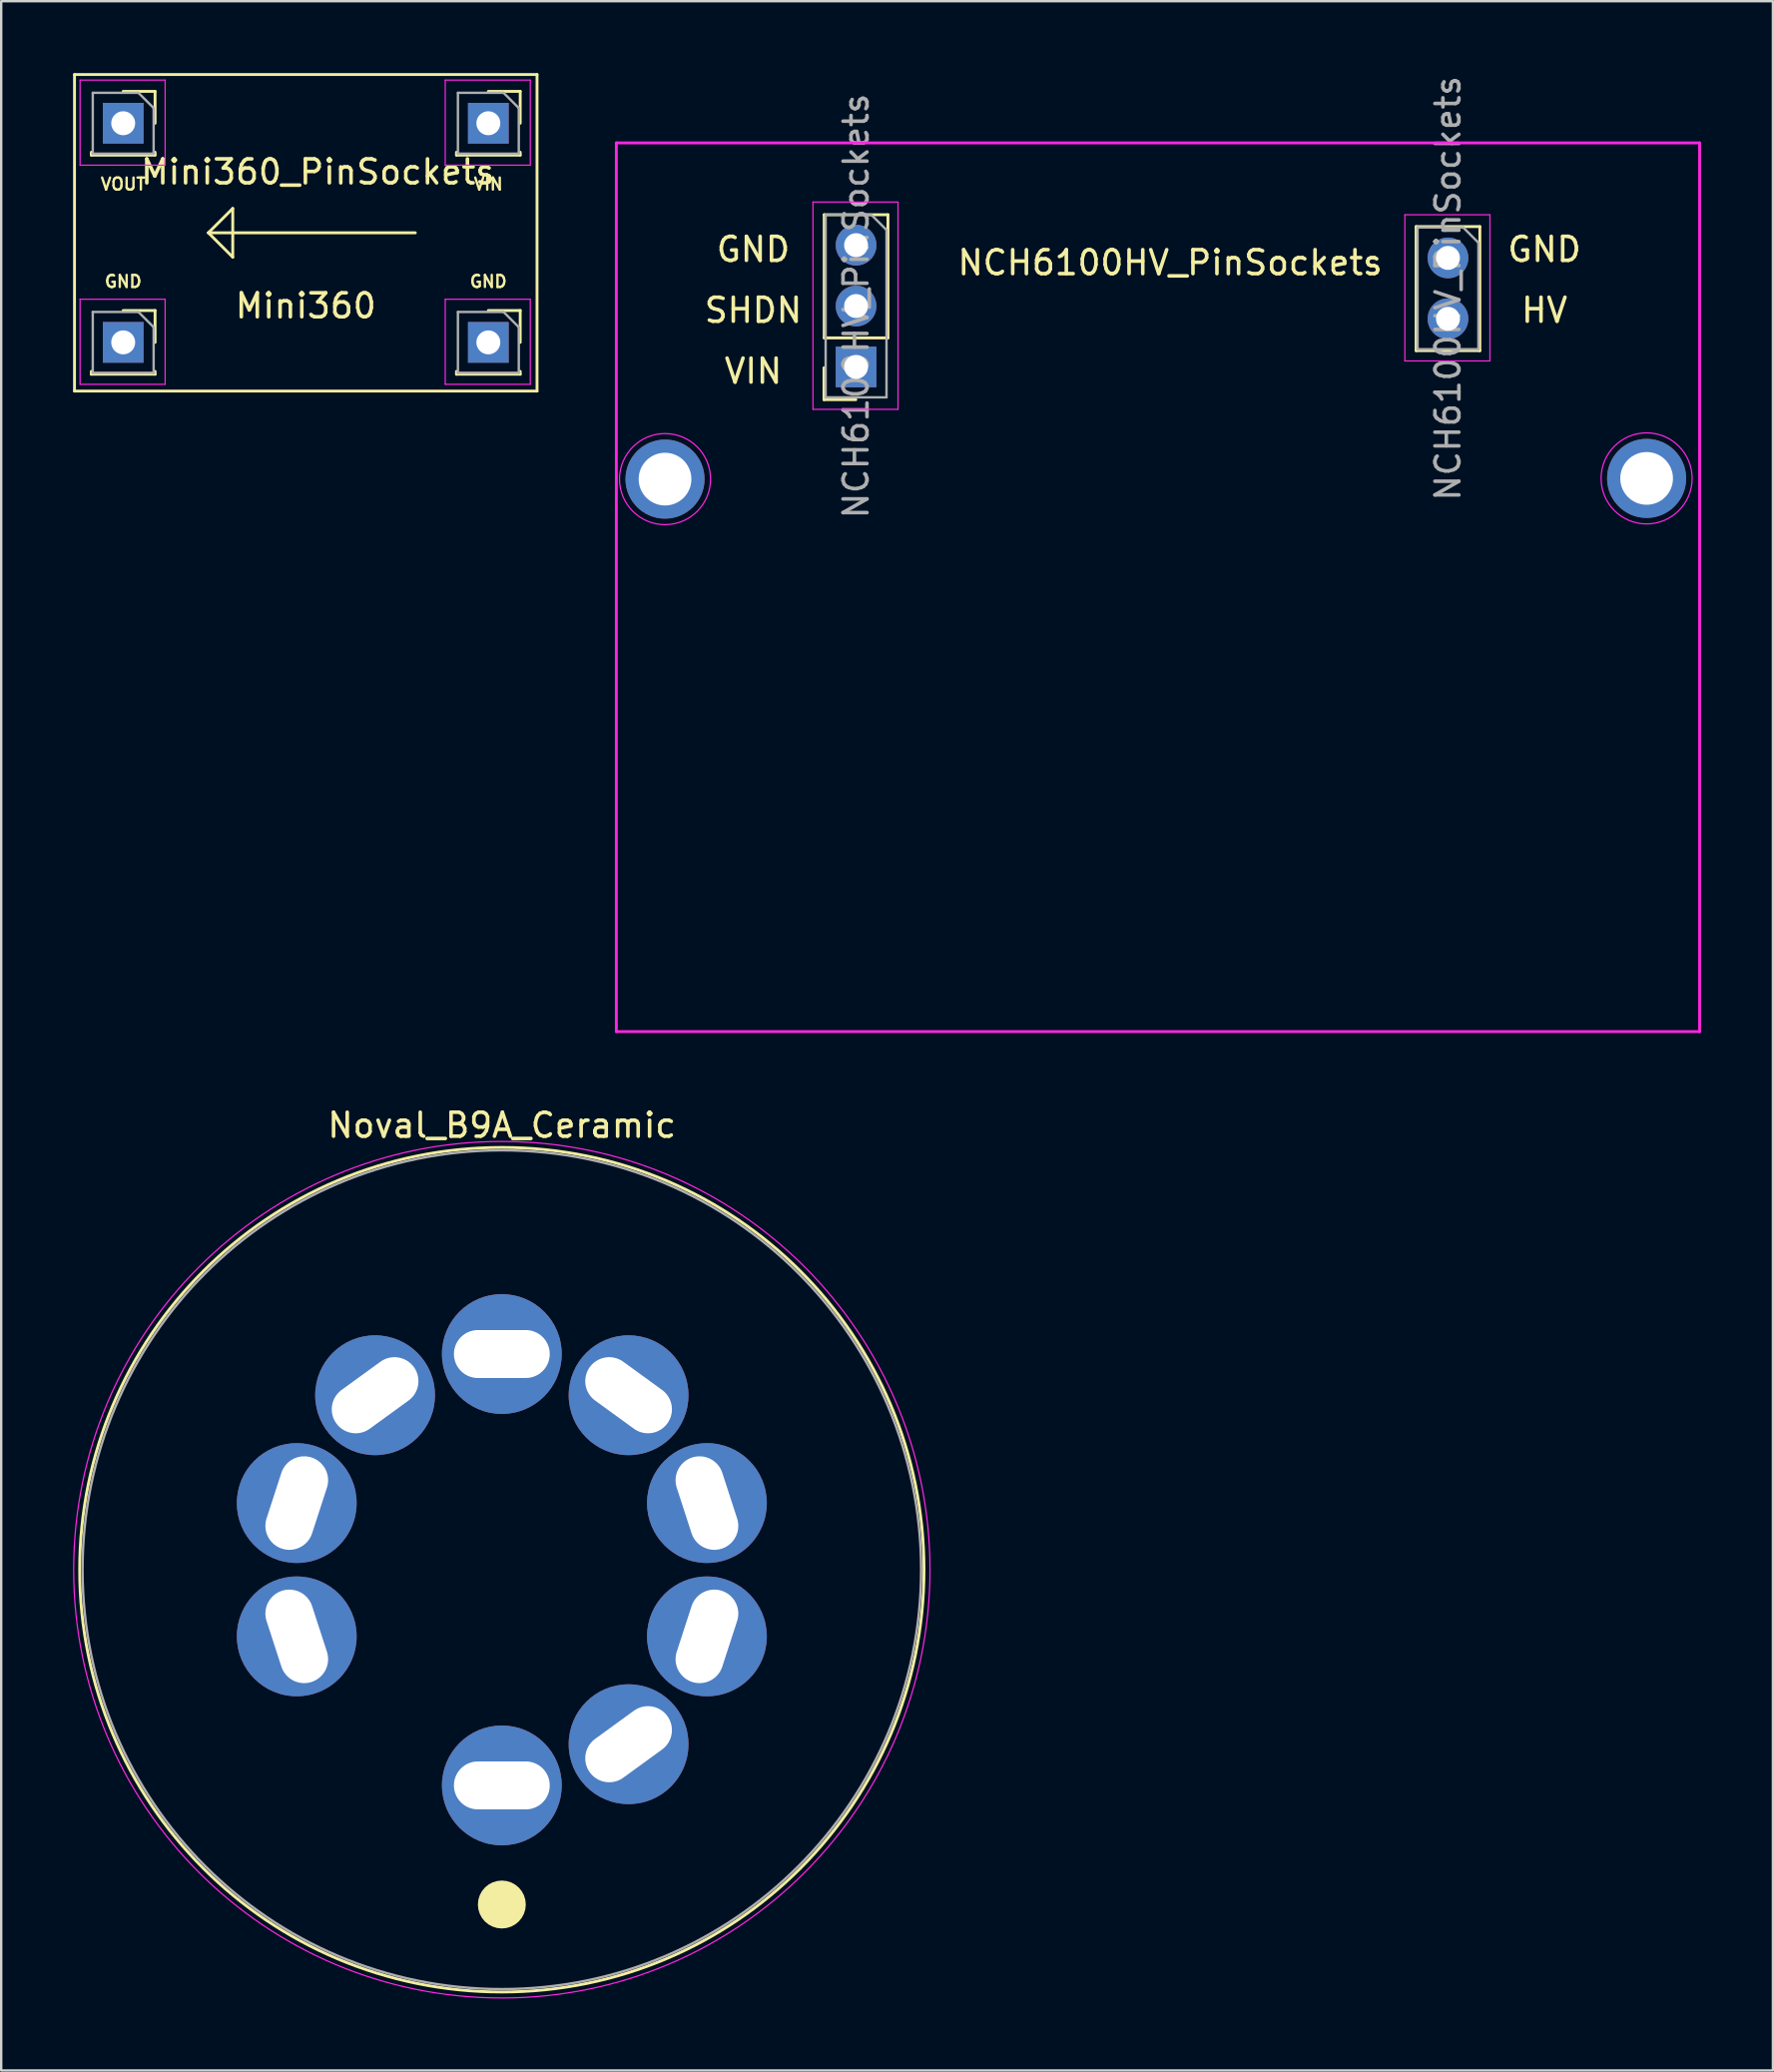
<source format=kicad_pcb>
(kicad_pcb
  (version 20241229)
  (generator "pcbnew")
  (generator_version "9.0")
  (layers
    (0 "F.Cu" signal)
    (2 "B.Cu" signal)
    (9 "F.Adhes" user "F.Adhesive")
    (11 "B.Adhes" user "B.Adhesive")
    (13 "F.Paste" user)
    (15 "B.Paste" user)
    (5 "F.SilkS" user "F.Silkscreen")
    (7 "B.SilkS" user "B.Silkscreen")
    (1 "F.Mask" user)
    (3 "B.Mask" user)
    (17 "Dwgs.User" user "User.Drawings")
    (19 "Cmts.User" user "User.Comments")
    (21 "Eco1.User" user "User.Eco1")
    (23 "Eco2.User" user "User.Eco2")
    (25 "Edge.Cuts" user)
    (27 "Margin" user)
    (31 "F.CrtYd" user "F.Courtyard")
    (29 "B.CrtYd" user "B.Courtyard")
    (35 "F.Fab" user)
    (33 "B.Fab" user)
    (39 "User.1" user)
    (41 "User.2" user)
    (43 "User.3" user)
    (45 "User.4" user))
  (footprint "NCH6100HV_PinSockets"
    (layer "F.Cu")
    (at 22.674 2.912)
    (property "Reference" "NCH6100HV_PinSockets" (at 23.114 5 0) (layer "F.SilkS") (effects (font (size 1 1) (thickness 0.15))))
    (attr through_hole)
    (fp_line (start 8.666 10.714) (end 8.666 9.384) (stroke (width 0.12) (type solid)) (layer "F.SilkS"))
    (fp_line (start 8.676 2.998) (end 8.676 8.138) (stroke (width 0.12) (type solid)) (layer "F.SilkS"))
    (fp_line (start 8.676 2.998) (end 11.336 2.998) (stroke (width 0.12) (type solid)) (layer "F.SilkS"))
    (fp_line (start 8.676 8.138) (end 11.336 8.138) (stroke (width 0.12) (type solid)) (layer "F.SilkS"))
    (fp_line (start 9.996 10.714) (end 8.666 10.714) (stroke (width 0.12) (type solid)) (layer "F.SilkS"))
    (fp_line (start 11.336 2.998) (end 11.336 8.138) (stroke (width 0.12) (type solid)) (layer "F.SilkS"))
    (fp_line (start 33.38 3.493) (end 33.38 8.67) (stroke (width 0.12) (type solid)) (layer "F.SilkS"))
    (fp_line (start 33.38 3.493) (end 36.04 3.493) (stroke (width 0.12) (type solid)) (layer "F.SilkS"))
    (fp_line (start 33.38 8.67) (end 36.04 8.67) (stroke (width 0.12) (type solid)) (layer "F.SilkS"))
    (fp_line (start 36.04 3.493) (end 36.04 8.67) (stroke (width 0.12) (type solid)) (layer "F.SilkS"))
    (fp_line (start 0 0) (end 0 37.084) (stroke (width 0.12) (type solid)) (layer "F.CrtYd"))
    (fp_line (start 0 0) (end 45.212 0) (stroke (width 0.12) (type solid)) (layer "F.CrtYd"))
    (fp_line (start 0 37.084) (end 45.212 37.084) (stroke (width 0.12) (type solid)) (layer "F.CrtYd"))
    (fp_line (start 8.206 2.468) (end 11.756 2.468) (stroke (width 0.05) (type solid)) (layer "F.CrtYd"))
    (fp_line (start 8.206 11.118) (end 8.206 2.468) (stroke (width 0.05) (type solid)) (layer "F.CrtYd"))
    (fp_line (start 11.756 2.468) (end 11.756 11.118) (stroke (width 0.05) (type solid)) (layer "F.CrtYd"))
    (fp_line (start 11.756 11.118) (end 8.206 11.118) (stroke (width 0.05) (type solid)) (layer "F.CrtYd"))
    (fp_line (start 32.91 3) (end 36.46 3) (stroke (width 0.05) (type solid)) (layer "F.CrtYd"))
    (fp_line (start 32.91 9.1) (end 32.91 3) (stroke (width 0.05) (type solid)) (layer "F.CrtYd"))
    (fp_line (start 36.46 3) (end 36.46 9.1) (stroke (width 0.05) (type solid)) (layer "F.CrtYd"))
    (fp_line (start 36.46 9.1) (end 32.91 9.1) (stroke (width 0.05) (type solid)) (layer "F.CrtYd"))
    (fp_line (start 45.212 0) (end 45.212 37.084) (stroke (width 0.12) (type solid)) (layer "F.CrtYd"))
    (fp_circle (center 2.032 14.03) (end 3.932 14.03) (stroke (width 0.05) (type solid)) (fill no) (layer "F.CrtYd"))
    (fp_circle (center 43 14) (end 44.9 14) (stroke (width 0.05) (type solid)) (fill no) (layer "F.CrtYd"))
    (fp_line (start 8.736 2.998) (end 10.641 2.998) (stroke (width 0.1) (type solid)) (layer "F.Fab"))
    (fp_line (start 8.736 10.618) (end 8.736 2.998) (stroke (width 0.1) (type solid)) (layer "F.Fab"))
    (fp_line (start 10.641 2.998) (end 11.276 3.633) (stroke (width 0.1) (type solid)) (layer "F.Fab"))
    (fp_line (start 11.276 3.633) (end 11.276 10.618) (stroke (width 0.1) (type solid)) (layer "F.Fab"))
    (fp_line (start 11.276 10.618) (end 8.736 10.618) (stroke (width 0.1) (type solid)) (layer "F.Fab"))
    (fp_line (start 33.44 3.53) (end 35.345 3.53) (stroke (width 0.1) (type solid)) (layer "F.Fab"))
    (fp_line (start 33.44 8.61) (end 33.44 3.53) (stroke (width 0.1) (type solid)) (layer "F.Fab"))
    (fp_line (start 35.345 3.53) (end 35.98 4.165) (stroke (width 0.1) (type solid)) (layer "F.Fab"))
    (fp_line (start 35.98 4.165) (end 35.98 8.61) (stroke (width 0.1) (type solid)) (layer "F.Fab"))
    (fp_line (start 35.98 8.61) (end 33.44 8.61) (stroke (width 0.1) (type solid)) (layer "F.Fab"))
    (fp_text user "SHDN" (at 5.715 6.985 0) (layer "F.SilkS") (effects (font (size 1 1) (thickness 0.15))))
    (fp_text user "VIN" (at 5.715 9.525 0) (layer "F.SilkS") (effects (font (size 1 1) (thickness 0.15))))
    (fp_text user "GND" (at 5.715 4.445 180) (layer "F.SilkS") (effects (font (size 1 1) (thickness 0.15))))
    (fp_text user "GND" (at 38.735 4.445 0) (layer "F.SilkS") (effects (font (size 1 1) (thickness 0.15))))
    (fp_text user "HV" (at 38.735 6.985 0) (layer "F.SilkS") (effects (font (size 1 1) (thickness 0.15))))
    (fp_text user "${REFERENCE}" (at 10.006 6.808 90) (layer "F.Fab") (effects (font (size 1 1) (thickness 0.15))))
    (fp_text user "${REFERENCE}" (at 34.71 6.07 90) (layer "F.Fab") (effects (font (size 1 1) (thickness 0.15))))
    (pad "0" thru_hole circle (at 2.032 14.03) (size 3.3 3.3) (drill 2.2) (layers "*.Cu" "*.Mask"))
    (pad "0" thru_hole circle (at 43 14) (size 3.3 3.3) (drill 2.2) (layers "*.Cu" "*.Mask"))
    (pad "1" thru_hole rect (at 10.006 9.348) (size 1.7 1.7) (drill 1) (layers "*.Cu" "*.Mask"))
    (pad "2" thru_hole oval (at 10.006 6.808) (size 1.7 1.7) (drill 1) (layers "*.Cu" "*.Mask"))
    (pad "3" thru_hole oval (at 10.006 4.268) (size 1.7 1.7) (drill 1) (layers "*.Cu" "*.Mask"))
    (pad "4" thru_hole oval (at 34.71 7.34) (size 1.7 1.7) (drill 1) (layers "*.Cu" "*.Mask"))
    (pad "5" thru_hole oval (at 34.71 4.8) (size 1.7 1.7) (drill 1) (layers "*.Cu" "*.Mask")))
  (footprint "Noval_B9A_Ceramic"
    (layer "F.Cu")
    (at 17.895 62.449)
    (property "Reference" "Noval_B9A_Ceramic" (at 0 -18.545 0) (layer "F.SilkS") (effects (font (size 1 1) (thickness 0.15))))
    (attr through_hole)
    (fp_circle (center 0 0) (end 0 17.62) (stroke (width 0.12) (type solid)) (fill no) (layer "F.SilkS"))
    (fp_circle (center 0 13.97) (end 0.5 13.97) (stroke (width 1) (type solid)) (fill no) (layer "F.SilkS"))
    (fp_circle (center 0 0) (end 0 17.87) (stroke (width 0.05) (type solid)) (fill no) (layer "F.CrtYd"))
    (fp_circle (center 0 0) (end 0 17.5) (stroke (width 0.1) (type solid)) (fill no) (layer "F.Fab"))
    (pad "1" thru_hole oval (at 0 9 90) (size 5 5) (drill oval 2 4) (layers "*.Cu" "*.Mask"))
    (pad "2" thru_hole oval (at 5.29 7.281 126) (size 5 5) (drill oval 2 4) (layers "*.Cu" "*.Mask"))
    (pad "3" thru_hole oval (at 8.56 2.781 162) (size 5 5) (drill oval 2 4) (layers "*.Cu" "*.Mask"))
    (pad "4" thru_hole oval (at 8.56 -2.781 198) (size 5 5) (drill oval 2 4) (layers "*.Cu" "*.Mask"))
    (pad "5" thru_hole oval (at 5.29 -7.281 234) (size 5 5) (drill oval 2 4) (layers "*.Cu" "*.Mask"))
    (pad "6" thru_hole oval (at 0 -9 270) (size 5 5) (drill oval 2 4) (layers "*.Cu" "*.Mask"))
    (pad "7" thru_hole oval (at -5.29 -7.281 306) (size 5 5) (drill oval 2 4) (layers "*.Cu" "*.Mask"))
    (pad "8" thru_hole oval (at -8.56 -2.781 342) (size 5 5) (drill oval 2 4) (layers "*.Cu" "*.Mask"))
    (pad "9" thru_hole oval (at -8.56 2.781 18) (size 5 5) (drill oval 2 4) (layers "*.Cu" "*.Mask")))
  (footprint "Mini360_PinSockets"
    (layer "F.Cu")
    (at 2.092 2.092)
    (property "Reference" "Mini360_PinSockets" (at 8.128 2.032 0) (layer "F.SilkS") (effects (font (size 1 1) (thickness 0.15))))
    (attr through_hole)
    (fp_line (start -2.032 -2.032) (end -2.032 11.176) (stroke (width 0.12) (type solid)) (layer "F.SilkS"))
    (fp_line (start -2.032 11.176) (end 17.272 11.176) (stroke (width 0.12) (type solid)) (layer "F.SilkS"))
    (fp_line (start -1.33 1.21) (end -1.33 1.33) (stroke (width 0.12) (type solid)) (layer "F.SilkS"))
    (fp_line (start -1.33 1.33) (end 1.33 1.33) (stroke (width 0.12) (type solid)) (layer "F.SilkS"))
    (fp_line (start -1.33 10.354) (end -1.33 10.474) (stroke (width 0.12) (type solid)) (layer "F.SilkS"))
    (fp_line (start -1.33 10.474) (end 1.33 10.474) (stroke (width 0.12) (type solid)) (layer "F.SilkS"))
    (fp_line (start 0 -1.33) (end 1.33 -1.33) (stroke (width 0.12) (type solid)) (layer "F.SilkS"))
    (fp_line (start 0 7.814) (end 1.33 7.814) (stroke (width 0.12) (type solid)) (layer "F.SilkS"))
    (fp_line (start 1.33 -1.33) (end 1.33 0) (stroke (width 0.12) (type solid)) (layer "F.SilkS"))
    (fp_line (start 1.33 1.21) (end 1.33 1.33) (stroke (width 0.12) (type solid)) (layer "F.SilkS"))
    (fp_line (start 1.33 7.814) (end 1.33 9.144) (stroke (width 0.12) (type solid)) (layer "F.SilkS"))
    (fp_line (start 1.33 10.354) (end 1.33 10.474) (stroke (width 0.12) (type solid)) (layer "F.SilkS"))
    (fp_line (start 3.556 4.572) (end 4.572 3.556) (stroke (width 0.12) (type solid)) (layer "F.SilkS"))
    (fp_line (start 4.572 3.556) (end 4.572 5.588) (stroke (width 0.12) (type solid)) (layer "F.SilkS"))
    (fp_line (start 4.572 5.588) (end 3.556 4.572) (stroke (width 0.12) (type solid)) (layer "F.SilkS"))
    (fp_line (start 12.192 4.572) (end 3.556 4.572) (stroke (width 0.12) (type solid)) (layer "F.SilkS"))
    (fp_line (start 13.91 1.21) (end 13.91 1.33) (stroke (width 0.12) (type solid)) (layer "F.SilkS"))
    (fp_line (start 13.91 1.33) (end 16.57 1.33) (stroke (width 0.12) (type solid)) (layer "F.SilkS"))
    (fp_line (start 13.91 10.354) (end 13.91 10.474) (stroke (width 0.12) (type solid)) (layer "F.SilkS"))
    (fp_line (start 13.91 10.474) (end 16.57 10.474) (stroke (width 0.12) (type solid)) (layer "F.SilkS"))
    (fp_line (start 15.24 -1.33) (end 16.57 -1.33) (stroke (width 0.12) (type solid)) (layer "F.SilkS"))
    (fp_line (start 15.24 7.814) (end 16.57 7.814) (stroke (width 0.12) (type solid)) (layer "F.SilkS"))
    (fp_line (start 16.57 -1.33) (end 16.57 0) (stroke (width 0.12) (type solid)) (layer "F.SilkS"))
    (fp_line (start 16.57 1.21) (end 16.57 1.33) (stroke (width 0.12) (type solid)) (layer "F.SilkS"))
    (fp_line (start 16.57 7.814) (end 16.57 9.144) (stroke (width 0.12) (type solid)) (layer "F.SilkS"))
    (fp_line (start 16.57 10.354) (end 16.57 10.474) (stroke (width 0.12) (type solid)) (layer "F.SilkS"))
    (fp_line (start 17.272 -2.032) (end -2.032 -2.032) (stroke (width 0.12) (type solid)) (layer "F.SilkS"))
    (fp_line (start 17.272 11.176) (end 17.272 -2.032) (stroke (width 0.12) (type solid)) (layer "F.SilkS"))
    (fp_line (start -1.8 -1.8) (end 1.75 -1.8) (stroke (width 0.05) (type solid)) (layer "F.CrtYd"))
    (fp_line (start -1.8 1.75) (end -1.8 -1.8) (stroke (width 0.05) (type solid)) (layer "F.CrtYd"))
    (fp_line (start -1.8 7.344) (end 1.75 7.344) (stroke (width 0.05) (type solid)) (layer "F.CrtYd"))
    (fp_line (start -1.8 10.894) (end -1.8 7.344) (stroke (width 0.05) (type solid)) (layer "F.CrtYd"))
    (fp_line (start 1.75 -1.8) (end 1.75 1.75) (stroke (width 0.05) (type solid)) (layer "F.CrtYd"))
    (fp_line (start 1.75 1.75) (end -1.8 1.75) (stroke (width 0.05) (type solid)) (layer "F.CrtYd"))
    (fp_line (start 1.75 7.344) (end 1.75 10.894) (stroke (width 0.05) (type solid)) (layer "F.CrtYd"))
    (fp_line (start 1.75 10.894) (end -1.8 10.894) (stroke (width 0.05) (type solid)) (layer "F.CrtYd"))
    (fp_line (start 13.44 -1.8) (end 16.99 -1.8) (stroke (width 0.05) (type solid)) (layer "F.CrtYd"))
    (fp_line (start 13.44 1.75) (end 13.44 -1.8) (stroke (width 0.05) (type solid)) (layer "F.CrtYd"))
    (fp_line (start 13.44 7.344) (end 16.99 7.344) (stroke (width 0.05) (type solid)) (layer "F.CrtYd"))
    (fp_line (start 13.44 10.894) (end 13.44 7.344) (stroke (width 0.05) (type solid)) (layer "F.CrtYd"))
    (fp_line (start 16.99 -1.8) (end 16.99 1.75) (stroke (width 0.05) (type solid)) (layer "F.CrtYd"))
    (fp_line (start 16.99 1.75) (end 13.44 1.75) (stroke (width 0.05) (type solid)) (layer "F.CrtYd"))
    (fp_line (start 16.99 7.344) (end 16.99 10.894) (stroke (width 0.05) (type solid)) (layer "F.CrtYd"))
    (fp_line (start 16.99 10.894) (end 13.44 10.894) (stroke (width 0.05) (type solid)) (layer "F.CrtYd"))
    (fp_line (start -1.27 -1.27) (end 0.635 -1.27) (stroke (width 0.1) (type solid)) (layer "F.Fab"))
    (fp_line (start -1.27 1.27) (end -1.27 -1.27) (stroke (width 0.1) (type solid)) (layer "F.Fab"))
    (fp_line (start -1.27 7.874) (end 0.635 7.874) (stroke (width 0.1) (type solid)) (layer "F.Fab"))
    (fp_line (start -1.27 10.414) (end -1.27 7.874) (stroke (width 0.1) (type solid)) (layer "F.Fab"))
    (fp_line (start 0.635 -1.27) (end 1.27 -0.635) (stroke (width 0.1) (type solid)) (layer "F.Fab"))
    (fp_line (start 0.635 7.874) (end 1.27 8.509) (stroke (width 0.1) (type solid)) (layer "F.Fab"))
    (fp_line (start 1.27 -0.635) (end 1.27 1.27) (stroke (width 0.1) (type solid)) (layer "F.Fab"))
    (fp_line (start 1.27 1.27) (end -1.27 1.27) (stroke (width 0.1) (type solid)) (layer "F.Fab"))
    (fp_line (start 1.27 8.509) (end 1.27 10.414) (stroke (width 0.1) (type solid)) (layer "F.Fab"))
    (fp_line (start 1.27 10.414) (end -1.27 10.414) (stroke (width 0.1) (type solid)) (layer "F.Fab"))
    (fp_line (start 13.97 -1.27) (end 15.875 -1.27) (stroke (width 0.1) (type solid)) (layer "F.Fab"))
    (fp_line (start 13.97 1.27) (end 13.97 -1.27) (stroke (width 0.1) (type solid)) (layer "F.Fab"))
    (fp_line (start 13.97 7.874) (end 15.875 7.874) (stroke (width 0.1) (type solid)) (layer "F.Fab"))
    (fp_line (start 13.97 10.414) (end 13.97 7.874) (stroke (width 0.1) (type solid)) (layer "F.Fab"))
    (fp_line (start 15.875 -1.27) (end 16.51 -0.635) (stroke (width 0.1) (type solid)) (layer "F.Fab"))
    (fp_line (start 15.875 7.874) (end 16.51 8.509) (stroke (width 0.1) (type solid)) (layer "F.Fab"))
    (fp_line (start 16.51 -0.635) (end 16.51 1.27) (stroke (width 0.1) (type solid)) (layer "F.Fab"))
    (fp_line (start 16.51 1.27) (end 13.97 1.27) (stroke (width 0.1) (type solid)) (layer "F.Fab"))
    (fp_line (start 16.51 8.509) (end 16.51 10.414) (stroke (width 0.1) (type solid)) (layer "F.Fab"))
    (fp_line (start 16.51 10.414) (end 13.97 10.414) (stroke (width 0.1) (type solid)) (layer "F.Fab"))
    (fp_text user "GND" (at 15.24 6.604 0) (layer "F.SilkS") (effects (font (size 0.5 0.5) (thickness 0.1))))
    (fp_text user "Mini360" (at 7.62 7.62 0) (layer "F.SilkS") (effects (font (size 1 1) (thickness 0.15))))
    (fp_text user "GND" (at 0 6.604 0) (layer "F.SilkS") (effects (font (size 0.5 0.5) (thickness 0.1))))
    (fp_text user "VOUT" (at 0 2.54 0) (layer "F.SilkS") (effects (font (size 0.5 0.5) (thickness 0.1))))
    (fp_text user "VIN" (at 15.24 2.54 0) (layer "F.SilkS") (effects (font (size 0.5 0.5) (thickness 0.1))))
    (pad "1" thru_hole rect (at 15.24 0) (size 1.7 1.7) (drill 1) (layers "*.Cu" "*.Mask"))
    (pad "2" thru_hole rect (at 15.24 9.144) (size 1.7 1.7) (drill 1) (layers "*.Cu" "*.Mask"))
    (pad "3" thru_hole rect (at 0 0) (size 1.7 1.7) (drill 1) (layers "*.Cu" "*.Mask"))
    (pad "4" thru_hole rect (at 0 9.144) (size 1.7 1.7) (drill 1) (layers "*.Cu" "*.Mask")))
  (gr_rect
    (start -3 -3)
    (end 70.946 83.344)
    (stroke (width 0.1) (type default))
    (fill no)
    (layer "Edge.Cuts")))
</source>
